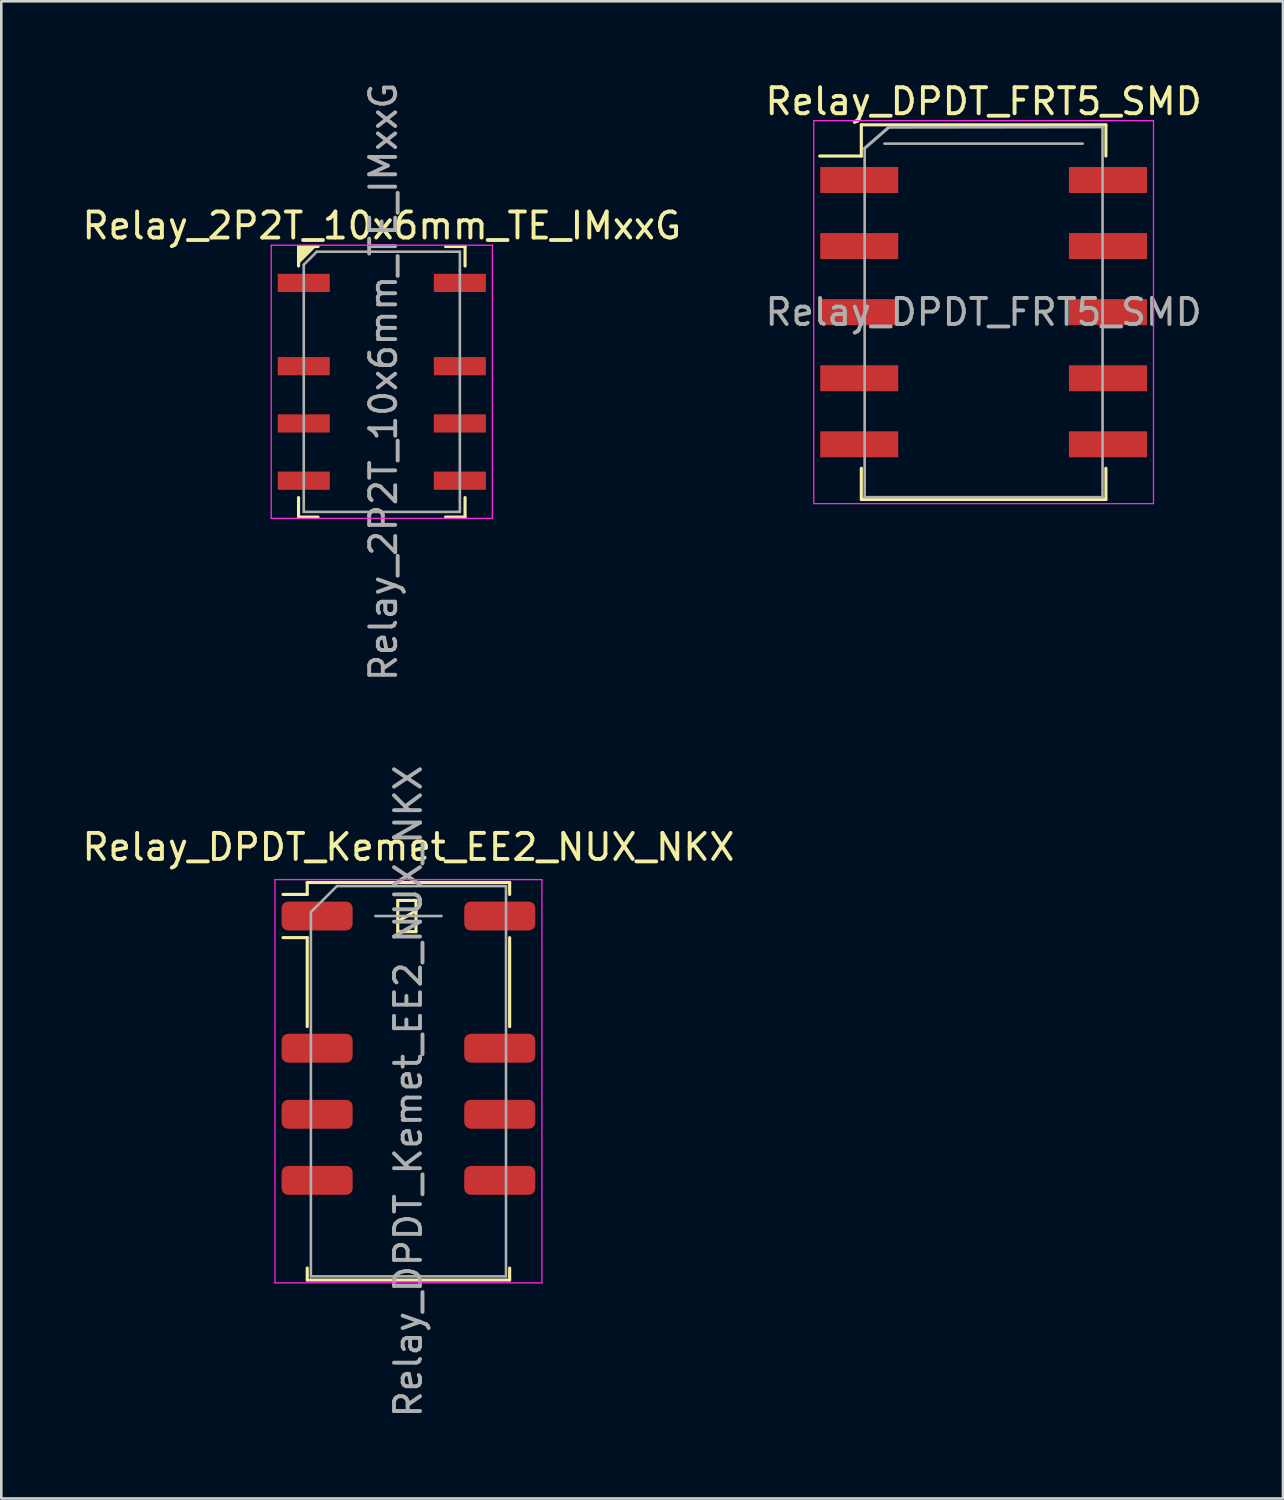
<source format=kicad_pcb>
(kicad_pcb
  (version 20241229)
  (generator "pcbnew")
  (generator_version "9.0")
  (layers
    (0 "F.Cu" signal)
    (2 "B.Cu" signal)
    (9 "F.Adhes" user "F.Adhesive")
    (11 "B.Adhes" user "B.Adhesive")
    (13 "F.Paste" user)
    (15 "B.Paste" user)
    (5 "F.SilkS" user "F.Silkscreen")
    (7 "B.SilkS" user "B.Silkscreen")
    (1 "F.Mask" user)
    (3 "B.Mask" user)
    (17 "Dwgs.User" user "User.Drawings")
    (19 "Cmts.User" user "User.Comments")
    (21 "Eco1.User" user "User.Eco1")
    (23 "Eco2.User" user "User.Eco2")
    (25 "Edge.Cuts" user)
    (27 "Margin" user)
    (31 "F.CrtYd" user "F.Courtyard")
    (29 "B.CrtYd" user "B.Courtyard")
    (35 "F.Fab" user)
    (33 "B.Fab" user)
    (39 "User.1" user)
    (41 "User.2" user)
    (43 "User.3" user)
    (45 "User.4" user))
  (footprint "Relay_DPDT_Kemet_EE2_NUX_NKX"
    (layer "F.Cu")
    (at 12.649 38.509)
    (property "Reference" "Relay_DPDT_Kemet_EE2_NUX_NKX" (at 0 -9 180) (layer "F.SilkS") (effects (font (size 1 1) (thickness 0.15))))
    (attr smd)
    (fp_line (start -3.89 -7.64) (end -3.89 -7.18) (stroke (width 0.12) (type solid)) (layer "F.SilkS"))
    (fp_line (start -3.89 -7.18) (end -4.82 -7.18) (stroke (width 0.12) (type solid)) (layer "F.SilkS"))
    (fp_line (start -3.89 -5.52) (end -4.82 -5.52) (stroke (width 0.12) (type solid)) (layer "F.SilkS"))
    (fp_line (start -3.89 -5.52) (end -3.89 -2.1) (stroke (width 0.12) (type solid)) (layer "F.SilkS"))
    (fp_line (start -3.89 7.18) (end -3.89 7.64) (stroke (width 0.12) (type solid)) (layer "F.SilkS"))
    (fp_line (start -0.41 -6.95) (end -0.41 -5.75) (stroke (width 0.12) (type solid)) (layer "F.SilkS"))
    (fp_line (start -0.41 -6.15) (end 0.29 -6.55) (stroke (width 0.12) (type solid)) (layer "F.SilkS"))
    (fp_line (start -0.41 -5.75) (end 0.29 -5.75) (stroke (width 0.12) (type solid)) (layer "F.SilkS"))
    (fp_line (start 0.29 -6.95) (end -0.41 -6.95) (stroke (width 0.12) (type solid)) (layer "F.SilkS"))
    (fp_line (start 0.29 -5.75) (end 0.29 -6.95) (stroke (width 0.12) (type solid)) (layer "F.SilkS"))
    (fp_line (start 3.89 -7.64) (end -3.89 -7.64) (stroke (width 0.12) (type solid)) (layer "F.SilkS"))
    (fp_line (start 3.89 -7.64) (end 3.89 -7.18) (stroke (width 0.12) (type solid)) (layer "F.SilkS"))
    (fp_line (start 3.89 -5.52) (end 3.89 -2.1) (stroke (width 0.12) (type solid)) (layer "F.SilkS"))
    (fp_line (start 3.89 7.18) (end 3.89 7.64) (stroke (width 0.12) (type solid)) (layer "F.SilkS"))
    (fp_line (start 3.89 7.64) (end -3.89 7.64) (stroke (width 0.12) (type solid)) (layer "F.SilkS"))
    (fp_line (start -5.13 -7.75) (end -5.13 7.75) (stroke (width 0.05) (type solid)) (layer "F.CrtYd"))
    (fp_line (start -5.13 7.75) (end 5.13 7.75) (stroke (width 0.05) (type solid)) (layer "F.CrtYd"))
    (fp_line (start 5.13 -7.75) (end -5.13 -7.75) (stroke (width 0.05) (type solid)) (layer "F.CrtYd"))
    (fp_line (start 5.13 -7.75) (end 5.13 7.75) (stroke (width 0.05) (type solid)) (layer "F.CrtYd"))
    (fp_line (start -3.75 -6.5) (end -3.75 7.5) (stroke (width 0.1) (type solid)) (layer "F.Fab"))
    (fp_line (start -3.75 -6.5) (end -2.75 -7.5) (stroke (width 0.1) (type solid)) (layer "F.Fab"))
    (fp_line (start -1.27 -6.35) (end 1.27 -6.35) (stroke (width 0.1) (type solid)) (layer "F.Fab"))
    (fp_line (start 3.75 -7.5) (end -2.75 -7.5) (stroke (width 0.1) (type solid)) (layer "F.Fab"))
    (fp_line (start 3.75 -7.5) (end 3.75 7.5) (stroke (width 0.1) (type solid)) (layer "F.Fab"))
    (fp_line (start 3.75 7.5) (end -3.75 7.5) (stroke (width 0.1) (type solid)) (layer "F.Fab"))
    (fp_text user "${REFERENCE}" (at -0.01 0.39 90) (layer "F.Fab") (effects (font (size 1 1) (thickness 0.15))))
    (pad "1" smd roundrect (at -3.51 -6.35 270) (size 1.11 2.73) (layers "F.Cu" "F.Mask" "F.Paste") (roundrect_rratio 0.225))
    (pad "3" smd roundrect (at -3.51 -1.27 270) (size 1.11 2.73) (layers "F.Cu" "F.Mask" "F.Paste") (roundrect_rratio 0.225))
    (pad "4" smd roundrect (at -3.51 1.27 270) (size 1.11 2.73) (layers "F.Cu" "F.Mask" "F.Paste") (roundrect_rratio 0.225))
    (pad "5" smd roundrect (at -3.51 3.81 270) (size 1.11 2.73) (layers "F.Cu" "F.Mask" "F.Paste") (roundrect_rratio 0.225))
    (pad "8" smd roundrect (at 3.51 3.81 270) (size 1.11 2.73) (layers "F.Cu" "F.Mask" "F.Paste") (roundrect_rratio 0.225))
    (pad "9" smd roundrect (at 3.51 1.27 270) (size 1.11 2.73) (layers "F.Cu" "F.Mask" "F.Paste") (roundrect_rratio 0.225))
    (pad "10" smd roundrect (at 3.51 -1.27 270) (size 1.11 2.73) (layers "F.Cu" "F.Mask" "F.Paste") (roundrect_rratio 0.225))
    (pad "12" smd roundrect (at 3.51 -6.35 270) (size 1.11 2.73) (layers "F.Cu" "F.Mask" "F.Paste") (roundrect_rratio 0.225)))
  (footprint "Relay_DPDT_FRT5_SMD"
    (layer "F.Cu")
    (at 34.756 8.948)
    (property "Reference" "Relay_DPDT_FRT5_SMD" (at 0 -8.1 0) (layer "F.SilkS") (effects (font (size 1 1) (thickness 0.15))))
    (attr smd)
    (fp_line (start -4.7 -7.2) (end -4.7 -6) (stroke (width 0.12) (type solid)) (layer "F.SilkS"))
    (fp_line (start -4.7 -7.2) (end 4.7 -7.2) (stroke (width 0.12) (type solid)) (layer "F.SilkS"))
    (fp_line (start -4.7 -6) (end -6.3 -6) (stroke (width 0.12) (type solid)) (layer "F.SilkS"))
    (fp_line (start -4.7 7.2) (end -4.7 6) (stroke (width 0.12) (type solid)) (layer "F.SilkS"))
    (fp_line (start 4.7 -7.2) (end 4.7 -6) (stroke (width 0.12) (type solid)) (layer "F.SilkS"))
    (fp_line (start 4.7 7.2) (end -4.7 7.2) (stroke (width 0.12) (type solid)) (layer "F.SilkS"))
    (fp_line (start 4.7 7.2) (end 4.7 6) (stroke (width 0.12) (type solid)) (layer "F.SilkS"))
    (fp_line (start -6.53 -7.36) (end -6.53 7.36) (stroke (width 0.05) (type solid)) (layer "F.CrtYd"))
    (fp_line (start -6.53 -7.36) (end 6.53 -7.36) (stroke (width 0.05) (type solid)) (layer "F.CrtYd"))
    (fp_line (start 6.53 7.36) (end -6.53 7.36) (stroke (width 0.05) (type solid)) (layer "F.CrtYd"))
    (fp_line (start 6.53 7.36) (end 6.53 -7.36) (stroke (width 0.05) (type solid)) (layer "F.CrtYd"))
    (fp_line (start -4.572 -6.3) (end -3.65 -7.1) (stroke (width 0.12) (type solid)) (layer "F.Fab"))
    (fp_line (start -4.572 7.112) (end -4.572 -6.3) (stroke (width 0.1) (type solid)) (layer "F.Fab"))
    (fp_line (start -3.81 -6.477) (end 3.81 -6.477) (stroke (width 0.1) (type solid)) (layer "F.Fab"))
    (fp_line (start -3.65 -7.1) (end 4.572 -7.112) (stroke (width 0.1) (type solid)) (layer "F.Fab"))
    (fp_line (start 4.572 -7.112) (end 4.572 7.112) (stroke (width 0.1) (type solid)) (layer "F.Fab"))
    (fp_line (start 4.572 7.112) (end -4.572 7.112) (stroke (width 0.1) (type solid)) (layer "F.Fab"))
    (fp_text user "${REFERENCE}" (at 0 0 0) (layer "F.Fab") (effects (font (size 1 1) (thickness 0.15))))
    (pad "1" smd rect (at -4.78 -5.08) (size 3 1) (layers "F.Cu" "F.Mask" "F.Paste"))
    (pad "2" smd rect (at -4.78 -2.54) (size 3 1) (layers "F.Cu" "F.Mask" "F.Paste"))
    (pad "3" smd rect (at -4.78 0) (size 3 1) (layers "F.Cu" "F.Mask" "F.Paste"))
    (pad "4" smd rect (at -4.78 2.54) (size 3 1) (layers "F.Cu" "F.Mask" "F.Paste"))
    (pad "5" smd rect (at -4.78 5.08) (size 3 1) (layers "F.Cu" "F.Mask" "F.Paste"))
    (pad "6" smd rect (at 4.78 5.08) (size 3 1) (layers "F.Cu" "F.Mask" "F.Paste"))
    (pad "7" smd rect (at 4.78 2.54) (size 3 1) (layers "F.Cu" "F.Mask" "F.Paste"))
    (pad "8" smd rect (at 4.78 0) (size 3 1) (layers "F.Cu" "F.Mask" "F.Paste"))
    (pad "9" smd rect (at 4.78 -2.54) (size 3 1) (layers "F.Cu" "F.Mask" "F.Paste"))
    (pad "10" smd rect (at 4.78 -5.08) (size 3 1) (layers "F.Cu" "F.Mask" "F.Paste")))
  (footprint "Relay_2P2T_10x6mm_TE_IMxxG"
    (layer "F.Cu")
    (at 11.625 11.625)
    (property "Reference" "Relay_2P2T_10x6mm_TE_IMxxG" (at 0 -6 0) (layer "F.SilkS") (effects (font (size 1 1) (thickness 0.15))))
    (attr smd)
    (fp_line (start -3.2 -5.2) (end -3.2 -4.45) (stroke (width 0.12) (type solid)) (layer "F.SilkS"))
    (fp_line (start -3.2 4.45) (end -3.2 5.2) (stroke (width 0.12) (type solid)) (layer "F.SilkS"))
    (fp_line (start -3.2 5.2) (end -2.45 5.2) (stroke (width 0.12) (type solid)) (layer "F.SilkS"))
    (fp_line (start -3.05 -5.2) (end -3.2 -5.05) (stroke (width 0.12) (type solid)) (layer "F.SilkS"))
    (fp_line (start -2.9 -5.2) (end -3.2 -4.9) (stroke (width 0.12) (type solid)) (layer "F.SilkS"))
    (fp_line (start -2.75 -5.2) (end -3.2 -4.75) (stroke (width 0.12) (type solid)) (layer "F.SilkS"))
    (fp_line (start -2.6 -5.2) (end -3.2 -4.6) (stroke (width 0.12) (type solid)) (layer "F.SilkS"))
    (fp_line (start -2.45 -5.2) (end -3.2 -5.2) (stroke (width 0.12) (type solid)) (layer "F.SilkS"))
    (fp_line (start 2.45 -5.2) (end 3.2 -5.2) (stroke (width 0.12) (type solid)) (layer "F.SilkS"))
    (fp_line (start 2.45 5.2) (end 3.2 5.2) (stroke (width 0.12) (type solid)) (layer "F.SilkS"))
    (fp_line (start 3.2 -5.2) (end 3.2 -4.45) (stroke (width 0.12) (type solid)) (layer "F.SilkS"))
    (fp_line (start 3.2 4.45) (end 3.2 5.2) (stroke (width 0.12) (type solid)) (layer "F.SilkS"))
    (fp_line (start -4.25 -5.25) (end -4.25 5.25) (stroke (width 0.05) (type solid)) (layer "F.CrtYd"))
    (fp_line (start -4.25 5.25) (end 4.25 5.25) (stroke (width 0.05) (type solid)) (layer "F.CrtYd"))
    (fp_line (start 4.25 -5.25) (end -4.25 -5.25) (stroke (width 0.05) (type solid)) (layer "F.CrtYd"))
    (fp_line (start 4.25 5.25) (end 4.25 -5.25) (stroke (width 0.05) (type solid)) (layer "F.CrtYd"))
    (fp_line (start -3 -4.5) (end -2.5 -5) (stroke (width 0.1) (type solid)) (layer "F.Fab"))
    (fp_line (start -3 5) (end -3 -4.5) (stroke (width 0.1) (type solid)) (layer "F.Fab"))
    (fp_line (start -2.5 -5) (end 3 -5) (stroke (width 0.1) (type solid)) (layer "F.Fab"))
    (fp_line (start 3 -5) (end 3 5) (stroke (width 0.1) (type solid)) (layer "F.Fab"))
    (fp_line (start 3 5) (end -3 5) (stroke (width 0.1) (type solid)) (layer "F.Fab"))
    (fp_text user "${REFERENCE}" (at 0.06 0 90) (layer "F.Fab") (effects (font (size 1 1) (thickness 0.15))))
    (pad "1" smd rect (at -3 -3.8) (size 2 0.7) (layers "F.Cu" "F.Mask" "F.Paste"))
    (pad "2" smd rect (at -3 -0.6) (size 2 0.7) (layers "F.Cu" "F.Mask" "F.Paste"))
    (pad "3" smd rect (at -3 1.6) (size 2 0.7) (layers "F.Cu" "F.Mask" "F.Paste"))
    (pad "4" smd rect (at -3 3.8) (size 2 0.7) (layers "F.Cu" "F.Mask" "F.Paste"))
    (pad "5" smd rect (at 3 3.8) (size 2 0.7) (layers "F.Cu" "F.Mask" "F.Paste"))
    (pad "6" smd rect (at 3 1.6) (size 2 0.7) (layers "F.Cu" "F.Mask" "F.Paste"))
    (pad "7" smd rect (at 3 -0.6) (size 2 0.7) (layers "F.Cu" "F.Mask" "F.Paste"))
    (pad "8" smd rect (at 3 -3.8) (size 2 0.7) (layers "F.Cu" "F.Mask" "F.Paste")))
  (gr_rect
    (start -3 -3)
    (end 46.262 54.548)
    (stroke (width 0.1) (type default))
    (fill no)
    (layer "Edge.Cuts")))
</source>
